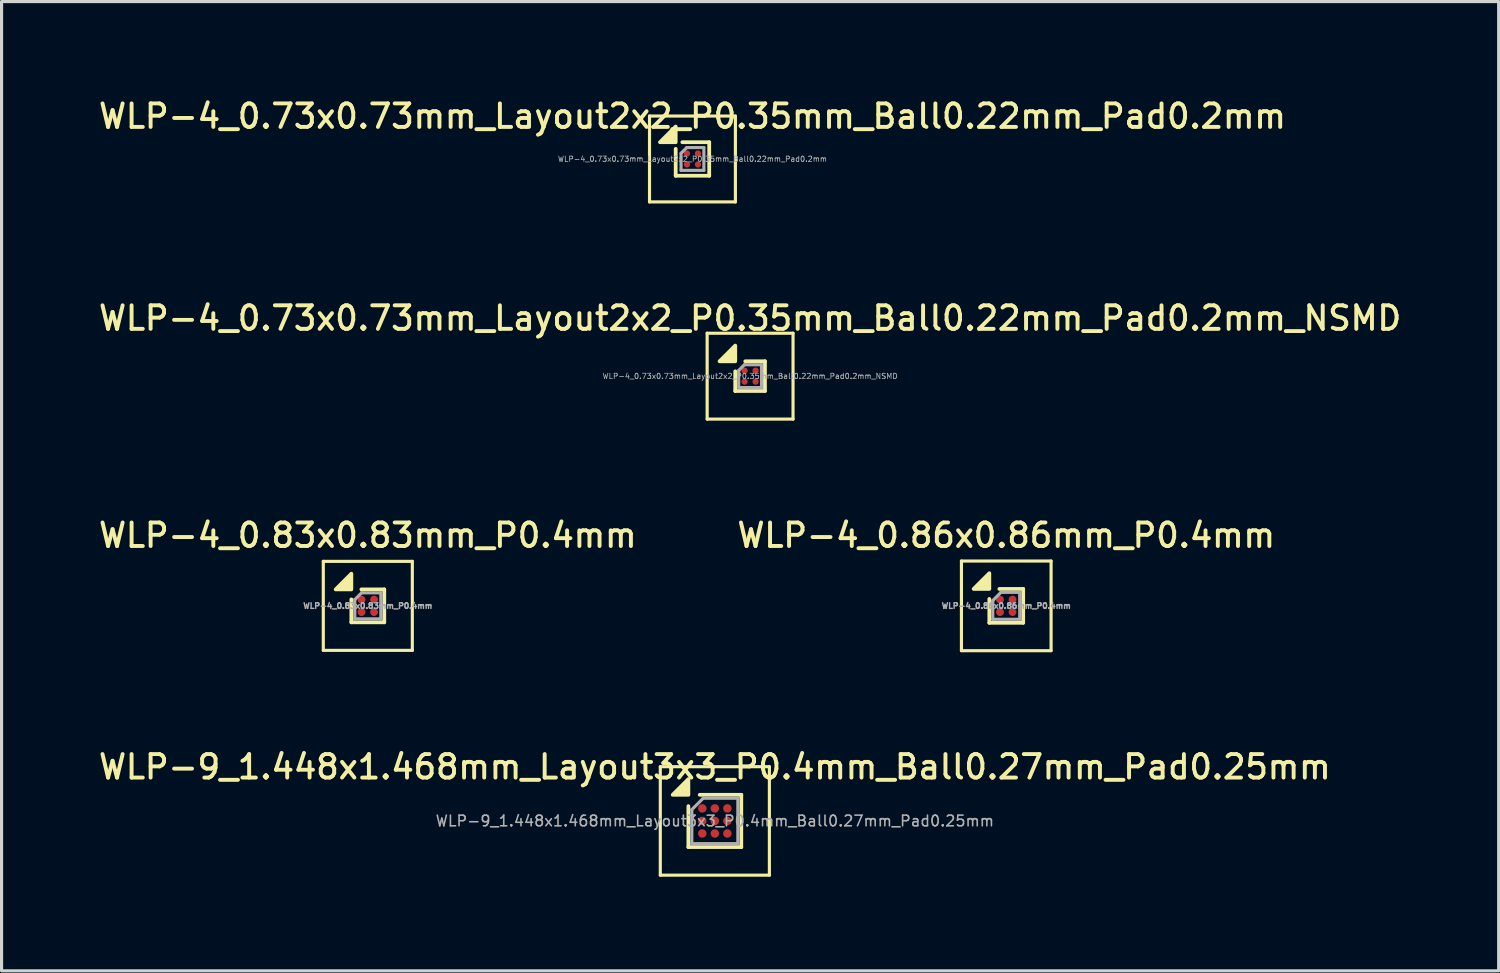
<source format=kicad_pcb>
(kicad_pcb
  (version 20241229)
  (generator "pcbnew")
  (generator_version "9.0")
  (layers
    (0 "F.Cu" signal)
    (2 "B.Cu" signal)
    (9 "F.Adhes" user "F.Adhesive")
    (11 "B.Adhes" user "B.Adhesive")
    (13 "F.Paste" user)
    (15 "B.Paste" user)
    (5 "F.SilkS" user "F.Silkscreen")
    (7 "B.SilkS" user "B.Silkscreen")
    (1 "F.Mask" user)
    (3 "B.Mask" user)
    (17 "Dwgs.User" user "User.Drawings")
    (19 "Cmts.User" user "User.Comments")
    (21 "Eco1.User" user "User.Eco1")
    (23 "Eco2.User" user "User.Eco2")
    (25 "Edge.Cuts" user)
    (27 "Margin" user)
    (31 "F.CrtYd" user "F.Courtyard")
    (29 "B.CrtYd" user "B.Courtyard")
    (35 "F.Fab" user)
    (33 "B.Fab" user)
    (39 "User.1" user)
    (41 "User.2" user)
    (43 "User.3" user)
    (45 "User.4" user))
  (footprint "WLP-4_0.73x0.73mm_Layout2x2_P0.35mm_Ball0.22mm_Pad0.2mm"
    (layer "F.Cu")
    (at 19.041 2.022)
    (property "Reference" "WLP-4_0.73x0.73mm_Layout2x2_P0.35mm_Ball0.22mm_Pad0.2mm" (at 0 -1.364 0) (layer "F.SilkS") (effects (font (size 0.75 0.75) (thickness 0.125))))
    (attr smd)
    (fp_line (start -1.37 -1.37) (end -1.37 1.37) (stroke (width 0.1) (type solid)) (layer "F.SilkS"))
    (fp_line (start -1.37 1.37) (end 1.37 1.37) (stroke (width 0.1) (type solid)) (layer "F.SilkS"))
    (fp_line (start -0.535 0.535) (end -0.535 -0.323) (stroke (width 0.12) (type solid)) (layer "F.SilkS"))
    (fp_line (start -0.323 -0.535) (end 0.535 -0.535) (stroke (width 0.12) (type solid)) (layer "F.SilkS"))
    (fp_line (start 0.535 -0.535) (end 0.535 0.535) (stroke (width 0.12) (type solid)) (layer "F.SilkS"))
    (fp_line (start 0.535 0.535) (end -0.535 0.535) (stroke (width 0.12) (type solid)) (layer "F.SilkS"))
    (fp_line (start 1.37 -1.37) (end -1.37 -1.37) (stroke (width 0.1) (type solid)) (layer "F.SilkS"))
    (fp_line (start 1.37 1.37) (end 1.37 -1.37) (stroke (width 0.1) (type solid)) (layer "F.SilkS"))
    (fp_poly (pts (xy -0.535 -0.535) (xy -1.035 -0.535) (xy -0.535 -1.035) (xy -0.535 -0.535)) (stroke (width 0.12) (type solid)) (fill yes) (layer "F.SilkS"))
    (fp_line (start -0.364 -0.182) (end -0.182 -0.364) (stroke (width 0.1) (type solid)) (layer "F.Fab"))
    (fp_line (start -0.364 0.364) (end -0.364 -0.182) (stroke (width 0.1) (type solid)) (layer "F.Fab"))
    (fp_line (start -0.182 -0.364) (end 0.364 -0.364) (stroke (width 0.1) (type solid)) (layer "F.Fab"))
    (fp_line (start 0.364 -0.364) (end 0.364 0.364) (stroke (width 0.1) (type solid)) (layer "F.Fab"))
    (fp_line (start 0.364 0.364) (end -0.364 0.364) (stroke (width 0.1) (type solid)) (layer "F.Fab"))
    (fp_text user "${REFERENCE}" (at 0 0 0) (layer "F.Fab") (effects (font (size 0.17 0.17) (thickness 0.025))))
    (pad "A1" smd circle (at -0.175 -0.175) (size 0.2 0.2) (property pad_prop_bga) (layers "F.Cu" "F.Mask" "F.Paste"))
    (pad "A2" smd circle (at 0.175 -0.175) (size 0.2 0.2) (property pad_prop_bga) (layers "F.Cu" "F.Mask" "F.Paste"))
    (pad "B1" smd circle (at -0.175 0.175) (size 0.2 0.2) (property pad_prop_bga) (layers "F.Cu" "F.Mask" "F.Paste"))
    (pad "B2" smd circle (at 0.175 0.175) (size 0.2 0.2) (property pad_prop_bga) (layers "F.Cu" "F.Mask" "F.Paste")))
  (footprint "WLP-4_0.73x0.73mm_Layout2x2_P0.35mm_Ball0.22mm_Pad0.2mm_NSMD"
    (layer "F.Cu")
    (at 20.88 8.95)
    (property "Reference" "WLP-4_0.73x0.73mm_Layout2x2_P0.35mm_Ball0.22mm_Pad0.2mm_NSMD" (at 0 -1.85 0) (layer "F.SilkS") (effects (font (size 0.75 0.75) (thickness 0.125))))
    (attr smd)
    (fp_line (start -1.37 -1.37) (end -1.37 1.37) (stroke (width 0.1) (type solid)) (layer "F.SilkS"))
    (fp_line (start -1.37 1.37) (end 1.37 1.37) (stroke (width 0.1) (type solid)) (layer "F.SilkS"))
    (fp_line (start -0.474 0.474) (end -0.474 -0.154) (stroke (width 0.12) (type solid)) (layer "F.SilkS"))
    (fp_line (start 0.474 -0.474) (end -0.154 -0.474) (stroke (width 0.12) (type solid)) (layer "F.SilkS"))
    (fp_line (start 0.474 -0.474) (end 0.474 0.474) (stroke (width 0.12) (type solid)) (layer "F.SilkS"))
    (fp_line (start 0.474 0.474) (end -0.474 0.474) (stroke (width 0.12) (type solid)) (layer "F.SilkS"))
    (fp_line (start 1.37 -1.37) (end -1.37 -1.37) (stroke (width 0.1) (type solid)) (layer "F.SilkS"))
    (fp_line (start 1.37 1.37) (end 1.37 -1.37) (stroke (width 0.1) (type solid)) (layer "F.SilkS"))
    (fp_poly (pts (xy -0.474 -0.474) (xy -0.974 -0.474) (xy -0.474 -0.974) (xy -0.474 -0.474)) (stroke (width 0.12) (type solid)) (fill yes) (layer "F.SilkS"))
    (fp_line (start -0.364 -0.182) (end -0.182 -0.364) (stroke (width 0.1) (type solid)) (layer "F.Fab"))
    (fp_line (start -0.364 0.364) (end -0.364 -0.182) (stroke (width 0.1) (type solid)) (layer "F.Fab"))
    (fp_line (start -0.182 -0.364) (end 0.364 -0.364) (stroke (width 0.1) (type solid)) (layer "F.Fab"))
    (fp_line (start 0.364 -0.364) (end 0.364 0.364) (stroke (width 0.1) (type solid)) (layer "F.Fab"))
    (fp_line (start 0.364 0.364) (end -0.364 0.364) (stroke (width 0.1) (type solid)) (layer "F.Fab"))
    (fp_text user "${REFERENCE}" (at 0 0 0) (layer "F.Fab") (effects (font (size 0.17 0.17) (thickness 0.025))))
    (pad "A1" smd circle (at -0.175 -0.175) (size 0.2 0.2) (property pad_prop_bga) (layers "F.Cu" "F.Mask" "F.Paste"))
    (pad "A2" smd circle (at 0.175 -0.175) (size 0.2 0.2) (property pad_prop_bga) (layers "F.Cu" "F.Mask" "F.Paste"))
    (pad "B1" smd circle (at -0.175 0.175) (size 0.2 0.2) (property pad_prop_bga) (layers "F.Cu" "F.Mask" "F.Paste"))
    (pad "B2" smd circle (at 0.175 0.175) (size 0.2 0.2) (property pad_prop_bga) (layers "F.Cu" "F.Mask" "F.Paste")))
  (footprint "WLP-9_1.448x1.468mm_Layout3x3_P0.4mm_Ball0.27mm_Pad0.25mm"
    (layer "F.Cu")
    (at 19.755 23.14)
    (property "Reference" "WLP-9_1.448x1.468mm_Layout3x3_P0.4mm_Ball0.27mm_Pad0.25mm" (at 0 -1.724 0) (layer "F.SilkS") (effects (font (size 0.75 0.75) (thickness 0.125))))
    (attr smd)
    (fp_line (start -1.74 -1.73) (end -1.74 1.73) (stroke (width 0.1) (type solid)) (layer "F.SilkS"))
    (fp_line (start -1.74 1.73) (end 1.74 1.73) (stroke (width 0.1) (type solid)) (layer "F.SilkS"))
    (fp_line (start -0.844 0.834) (end -0.844 -0.472) (stroke (width 0.12) (type solid)) (layer "F.SilkS"))
    (fp_line (start -0.482 -0.834) (end 0.844 -0.834) (stroke (width 0.12) (type solid)) (layer "F.SilkS"))
    (fp_line (start 0.844 -0.834) (end 0.844 0.834) (stroke (width 0.12) (type solid)) (layer "F.SilkS"))
    (fp_line (start 0.844 0.834) (end -0.844 0.834) (stroke (width 0.12) (type solid)) (layer "F.SilkS"))
    (fp_line (start 1.74 -1.73) (end -1.74 -1.73) (stroke (width 0.1) (type solid)) (layer "F.SilkS"))
    (fp_line (start 1.74 1.73) (end 1.74 -1.73) (stroke (width 0.1) (type solid)) (layer "F.SilkS"))
    (fp_poly (pts (xy -0.844 -0.834) (xy -1.344 -0.834) (xy -0.844 -1.334) (xy -0.844 -0.834)) (stroke (width 0.12) (type solid)) (fill yes) (layer "F.SilkS"))
    (fp_line (start -0.734 -0.362) (end -0.372 -0.724) (stroke (width 0.1) (type solid)) (layer "F.Fab"))
    (fp_line (start -0.734 0.724) (end -0.734 -0.362) (stroke (width 0.1) (type solid)) (layer "F.Fab"))
    (fp_line (start -0.372 -0.724) (end 0.734 -0.724) (stroke (width 0.1) (type solid)) (layer "F.Fab"))
    (fp_line (start 0.734 -0.724) (end 0.734 0.724) (stroke (width 0.1) (type solid)) (layer "F.Fab"))
    (fp_line (start 0.734 0.724) (end -0.734 0.724) (stroke (width 0.1) (type solid)) (layer "F.Fab"))
    (fp_text user "${REFERENCE}" (at 0 0 0) (layer "F.Fab") (effects (font (size 0.34 0.34) (thickness 0.051))))
    (pad "A1" smd circle (at -0.4 -0.4) (size 0.27 0.27) (property pad_prop_bga) (layers "F.Cu" "F.Mask" "F.Paste"))
    (pad "A2" smd circle (at 0 -0.4) (size 0.27 0.27) (property pad_prop_bga) (layers "F.Cu" "F.Mask" "F.Paste"))
    (pad "A3" smd circle (at 0.4 -0.4) (size 0.27 0.27) (property pad_prop_bga) (layers "F.Cu" "F.Mask" "F.Paste"))
    (pad "B1" smd circle (at -0.4 0) (size 0.27 0.27) (property pad_prop_bga) (layers "F.Cu" "F.Mask" "F.Paste"))
    (pad "B2" smd circle (at 0 0) (size 0.27 0.27) (property pad_prop_bga) (layers "F.Cu" "F.Mask" "F.Paste"))
    (pad "B3" smd circle (at 0.4 0) (size 0.27 0.27) (property pad_prop_bga) (layers "F.Cu" "F.Mask" "F.Paste"))
    (pad "C1" smd circle (at -0.4 0.4) (size 0.27 0.27) (property pad_prop_bga) (layers "F.Cu" "F.Mask" "F.Paste"))
    (pad "C2" smd circle (at 0 0.4) (size 0.27 0.27) (property pad_prop_bga) (layers "F.Cu" "F.Mask" "F.Paste"))
    (pad "C3" smd circle (at 0.4 0.4) (size 0.27 0.27) (property pad_prop_bga) (layers "F.Cu" "F.Mask" "F.Paste")))
  (footprint "WLP-4_0.86x0.86mm_P0.4mm"
    (layer "F.Cu")
    (at 29.052 16.278)
    (property "Reference" "WLP-4_0.86x0.86mm_P0.4mm" (at 0 -2.25 0) (layer "F.SilkS") (effects (font (size 0.75 0.75) (thickness 0.125))))
    (attr smd)
    (fp_line (start -1.43 -1.43) (end 1.43 -1.43) (stroke (width 0.1) (type solid)) (layer "F.SilkS"))
    (fp_line (start -1.43 1.43) (end -1.43 -1.43) (stroke (width 0.1) (type solid)) (layer "F.SilkS"))
    (fp_line (start -0.54 -0.22) (end -0.54 0.54) (stroke (width 0.12) (type solid)) (layer "F.SilkS"))
    (fp_line (start -0.54 0.54) (end 0.54 0.54) (stroke (width 0.12) (type solid)) (layer "F.SilkS"))
    (fp_line (start -0.22 -0.54) (end 0.54 -0.54) (stroke (width 0.12) (type solid)) (layer "F.SilkS"))
    (fp_line (start 0.54 0.54) (end 0.54 -0.54) (stroke (width 0.12) (type solid)) (layer "F.SilkS"))
    (fp_line (start 1.43 -1.43) (end 1.43 1.43) (stroke (width 0.1) (type solid)) (layer "F.SilkS"))
    (fp_line (start 1.43 1.43) (end -1.43 1.43) (stroke (width 0.1) (type solid)) (layer "F.SilkS"))
    (fp_poly (pts (xy -0.54 -0.54) (xy -1.04 -0.54) (xy -0.54 -1.04) (xy -0.54 -0.54)) (stroke (width 0.12) (type solid)) (fill yes) (layer "F.SilkS"))
    (fp_line (start -0.43 -0.16) (end -0.43 0.43) (stroke (width 0.1) (type solid)) (layer "F.Fab"))
    (fp_line (start -0.17 -0.43) (end -0.43 -0.17) (stroke (width 0.1) (type solid)) (layer "F.Fab"))
    (fp_line (start 0.43 -0.43) (end -0.17 -0.43) (stroke (width 0.1) (type solid)) (layer "F.Fab"))
    (fp_line (start 0.43 -0.43) (end 0.43 0.43) (stroke (width 0.1) (type solid)) (layer "F.Fab"))
    (fp_line (start 0.43 0.43) (end -0.43 0.43) (stroke (width 0.1) (type solid)) (layer "F.Fab"))
    (fp_text user "${REFERENCE}" (at 0 0 0) (layer "F.Fab") (effects (font (size 0.18 0.18) (thickness 0.045))))
    (pad "A1" smd circle (at -0.2 -0.2) (size 0.25 0.25) (property pad_prop_bga) (layers "F.Cu" "F.Mask" "F.Paste"))
    (pad "A2" smd circle (at 0.2 -0.2) (size 0.25 0.25) (property pad_prop_bga) (layers "F.Cu" "F.Mask" "F.Paste"))
    (pad "B1" smd circle (at -0.2 0.2) (size 0.25 0.25) (property pad_prop_bga) (layers "F.Cu" "F.Mask" "F.Paste"))
    (pad "B2" smd circle (at 0.2 0.2) (size 0.25 0.25) (property pad_prop_bga) (layers "F.Cu" "F.Mask" "F.Paste")))
  (footprint "WLP-4_0.83x0.83mm_P0.4mm"
    (layer "F.Cu")
    (at 8.684 16.278)
    (property "Reference" "WLP-4_0.83x0.83mm_P0.4mm" (at 0 -2.25 0) (layer "F.SilkS") (effects (font (size 0.75 0.75) (thickness 0.125))))
    (attr smd)
    (fp_line (start -1.42 -1.42) (end 1.42 -1.42) (stroke (width 0.1) (type solid)) (layer "F.SilkS"))
    (fp_line (start -1.42 1.42) (end -1.42 -1.42) (stroke (width 0.1) (type solid)) (layer "F.SilkS"))
    (fp_line (start -0.525 -0.205) (end -0.525 0.525) (stroke (width 0.12) (type solid)) (layer "F.SilkS"))
    (fp_line (start -0.525 0.525) (end 0.525 0.525) (stroke (width 0.12) (type solid)) (layer "F.SilkS"))
    (fp_line (start -0.205 -0.525) (end 0.525 -0.525) (stroke (width 0.12) (type solid)) (layer "F.SilkS"))
    (fp_line (start 0.525 0.525) (end 0.525 -0.525) (stroke (width 0.12) (type solid)) (layer "F.SilkS"))
    (fp_line (start 1.42 -1.42) (end 1.42 1.42) (stroke (width 0.1) (type solid)) (layer "F.SilkS"))
    (fp_line (start 1.42 1.42) (end -1.42 1.42) (stroke (width 0.1) (type solid)) (layer "F.SilkS"))
    (fp_poly (pts (xy -0.525 -0.525) (xy -1.025 -0.525) (xy -0.525 -1.025) (xy -0.525 -0.525)) (stroke (width 0.12) (type solid)) (fill yes) (layer "F.SilkS"))
    (fp_line (start -0.415 -0.2) (end -0.415 0.415) (stroke (width 0.1) (type solid)) (layer "F.Fab"))
    (fp_line (start -0.2 -0.415) (end -0.415 -0.2) (stroke (width 0.1) (type solid)) (layer "F.Fab"))
    (fp_line (start 0.415 -0.415) (end -0.2 -0.415) (stroke (width 0.1) (type solid)) (layer "F.Fab"))
    (fp_line (start 0.415 -0.415) (end 0.415 0.415) (stroke (width 0.1) (type solid)) (layer "F.Fab"))
    (fp_line (start 0.415 0.415) (end -0.415 0.415) (stroke (width 0.1) (type solid)) (layer "F.Fab"))
    (fp_text user "${REFERENCE}" (at 0 0 0) (layer "F.Fab") (effects (font (size 0.18 0.18) (thickness 0.045))))
    (pad "A1" smd circle (at -0.2 -0.2) (size 0.25 0.25) (property pad_prop_bga) (layers "F.Cu" "F.Mask" "F.Paste"))
    (pad "A2" smd circle (at 0.2 -0.2) (size 0.25 0.25) (property pad_prop_bga) (layers "F.Cu" "F.Mask" "F.Paste"))
    (pad "B1" smd circle (at -0.2 0.2) (size 0.25 0.25) (property pad_prop_bga) (layers "F.Cu" "F.Mask" "F.Paste"))
    (pad "B2" smd circle (at 0.2 0.2) (size 0.25 0.25) (property pad_prop_bga) (layers "F.Cu" "F.Mask" "F.Paste")))
  (gr_rect
    (start -3 -3)
    (end 44.761 27.921)
    (stroke (width 0.1) (type default))
    (fill no)
    (layer "Edge.Cuts")))
</source>
